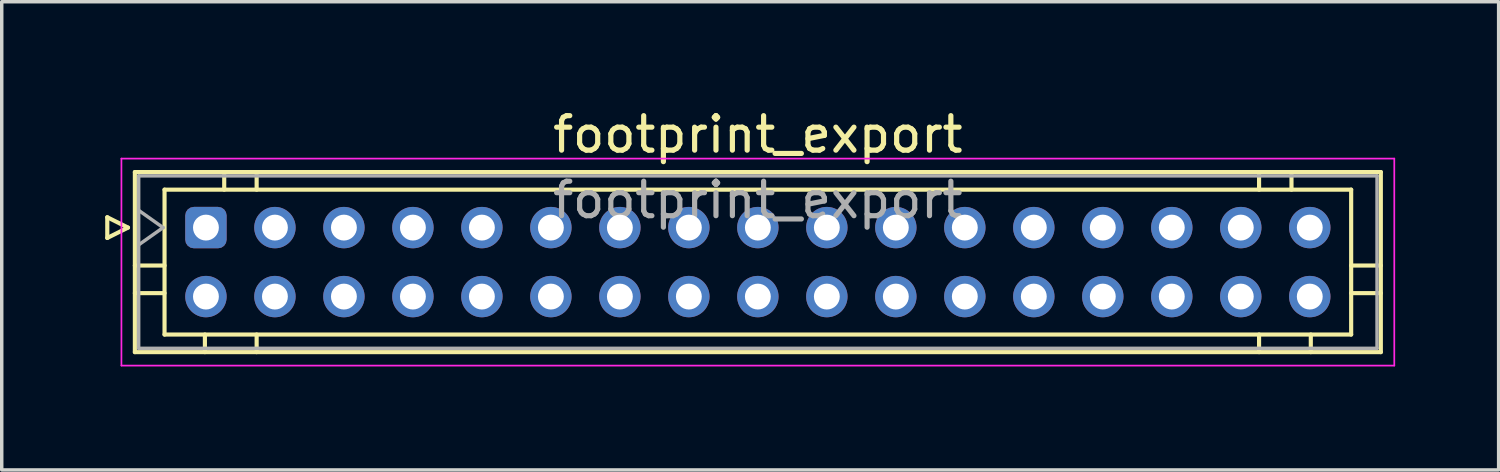
<source format=kicad_pcb>
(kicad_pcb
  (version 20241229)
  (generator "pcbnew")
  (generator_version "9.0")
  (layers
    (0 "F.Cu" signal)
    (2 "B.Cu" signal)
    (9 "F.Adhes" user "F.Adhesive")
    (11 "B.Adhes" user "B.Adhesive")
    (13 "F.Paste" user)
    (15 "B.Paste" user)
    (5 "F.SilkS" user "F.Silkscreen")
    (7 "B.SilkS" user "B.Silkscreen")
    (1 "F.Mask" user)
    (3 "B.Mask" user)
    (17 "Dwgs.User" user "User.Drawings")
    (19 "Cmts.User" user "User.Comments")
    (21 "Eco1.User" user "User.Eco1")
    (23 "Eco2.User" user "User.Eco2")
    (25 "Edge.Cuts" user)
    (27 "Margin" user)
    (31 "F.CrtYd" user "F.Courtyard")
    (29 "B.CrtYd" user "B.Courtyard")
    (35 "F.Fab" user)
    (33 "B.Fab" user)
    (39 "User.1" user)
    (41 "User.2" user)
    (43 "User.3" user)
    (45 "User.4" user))
  (footprint "footprint_export"
    (layer "F.Cu")
    (at 2.92 3.548)
    (property "Reference" "footprint_export" (at 16 -2.7 0) (layer "F.SilkS") (effects (font (size 1 1) (thickness 0.15))))
    (attr through_hole)
    (fp_line (start -2.86 -0.3) (end -2.26 0) (stroke (width 0.12) (type solid)) (layer "F.SilkS"))
    (fp_line (start -2.86 0.3) (end -2.86 -0.3) (stroke (width 0.12) (type solid)) (layer "F.SilkS"))
    (fp_line (start -2.26 0) (end -2.86 0.3) (stroke (width 0.12) (type solid)) (layer "F.SilkS"))
    (fp_line (start -2.06 -1.61) (end -2.06 3.61) (stroke (width 0.12) (type solid)) (layer "F.SilkS"))
    (fp_line (start -2.06 1.1) (end -1.2 1.1) (stroke (width 0.12) (type solid)) (layer "F.SilkS"))
    (fp_line (start -2.06 1.9) (end -1.2 1.9) (stroke (width 0.12) (type solid)) (layer "F.SilkS"))
    (fp_line (start -2.06 3.61) (end 34.06 3.61) (stroke (width 0.12) (type solid)) (layer "F.SilkS"))
    (fp_line (start -1.2 -1.1) (end -1.2 3.1) (stroke (width 0.12) (type solid)) (layer "F.SilkS"))
    (fp_line (start -1.2 3.1) (end 33.2 3.1) (stroke (width 0.12) (type solid)) (layer "F.SilkS"))
    (fp_line (start -0.03 3.61) (end -0.03 3.1) (stroke (width 0.12) (type solid)) (layer "F.SilkS"))
    (fp_line (start 0.53 -1.61) (end 0.53 -1.1) (stroke (width 0.12) (type solid)) (layer "F.SilkS"))
    (fp_line (start 1.47 -1.61) (end 1.47 -1.1) (stroke (width 0.12) (type solid)) (layer "F.SilkS"))
    (fp_line (start 1.47 3.61) (end 1.47 3.1) (stroke (width 0.12) (type solid)) (layer "F.SilkS"))
    (fp_line (start 30.53 -1.61) (end 30.53 -1.1) (stroke (width 0.12) (type solid)) (layer "F.SilkS"))
    (fp_line (start 30.53 3.61) (end 30.53 3.1) (stroke (width 0.12) (type solid)) (layer "F.SilkS"))
    (fp_line (start 31.47 -1.61) (end 31.47 -1.1) (stroke (width 0.12) (type solid)) (layer "F.SilkS"))
    (fp_line (start 32.03 3.61) (end 32.03 3.1) (stroke (width 0.12) (type solid)) (layer "F.SilkS"))
    (fp_line (start 33.2 -1.1) (end -1.2 -1.1) (stroke (width 0.12) (type solid)) (layer "F.SilkS"))
    (fp_line (start 33.2 3.1) (end 33.2 -1.1) (stroke (width 0.12) (type solid)) (layer "F.SilkS"))
    (fp_line (start 34.06 -1.61) (end -2.06 -1.61) (stroke (width 0.12) (type solid)) (layer "F.SilkS"))
    (fp_line (start 34.06 1.1) (end 33.2 1.1) (stroke (width 0.12) (type solid)) (layer "F.SilkS"))
    (fp_line (start 34.06 1.9) (end 33.2 1.9) (stroke (width 0.12) (type solid)) (layer "F.SilkS"))
    (fp_line (start 34.06 3.61) (end 34.06 -1.61) (stroke (width 0.12) (type solid)) (layer "F.SilkS"))
    (fp_line (start -2.45 -2) (end -2.45 4) (stroke (width 0.05) (type solid)) (layer "F.CrtYd"))
    (fp_line (start -2.45 4) (end 34.45 4) (stroke (width 0.05) (type solid)) (layer "F.CrtYd"))
    (fp_line (start 34.45 -2) (end -2.45 -2) (stroke (width 0.05) (type solid)) (layer "F.CrtYd"))
    (fp_line (start 34.45 4) (end 34.45 -2) (stroke (width 0.05) (type solid)) (layer "F.CrtYd"))
    (fp_line (start -1.95 -1.5) (end -1.95 3.5) (stroke (width 0.1) (type solid)) (layer "F.Fab"))
    (fp_line (start -1.95 0.5) (end -1.243 0) (stroke (width 0.1) (type solid)) (layer "F.Fab"))
    (fp_line (start -1.95 3.5) (end 33.95 3.5) (stroke (width 0.1) (type solid)) (layer "F.Fab"))
    (fp_line (start -1.243 0) (end -1.95 -0.5) (stroke (width 0.1) (type solid)) (layer "F.Fab"))
    (fp_line (start 33.95 -1.5) (end -1.95 -1.5) (stroke (width 0.1) (type solid)) (layer "F.Fab"))
    (fp_line (start 33.95 3.5) (end 33.95 -1.5) (stroke (width 0.1) (type solid)) (layer "F.Fab"))
    (fp_text user "${REFERENCE}" (at 16 -0.8 0) (layer "F.Fab") (effects (font (size 1 1) (thickness 0.15))))
    (pad "1" thru_hole roundrect (at 0 0) (size 1.2 1.2) (drill 0.75) (layers "*.Cu" "*.Mask") (roundrect_rratio 0.208))
    (pad "2" thru_hole circle (at 0 2) (size 1.2 1.2) (drill 0.75) (layers "*.Cu" "*.Mask"))
    (pad "3" thru_hole circle (at 2 0) (size 1.2 1.2) (drill 0.75) (layers "*.Cu" "*.Mask"))
    (pad "4" thru_hole circle (at 2 2) (size 1.2 1.2) (drill 0.75) (layers "*.Cu" "*.Mask"))
    (pad "5" thru_hole circle (at 4 0) (size 1.2 1.2) (drill 0.75) (layers "*.Cu" "*.Mask"))
    (pad "6" thru_hole circle (at 4 2) (size 1.2 1.2) (drill 0.75) (layers "*.Cu" "*.Mask"))
    (pad "7" thru_hole circle (at 6 0) (size 1.2 1.2) (drill 0.75) (layers "*.Cu" "*.Mask"))
    (pad "8" thru_hole circle (at 6 2) (size 1.2 1.2) (drill 0.75) (layers "*.Cu" "*.Mask"))
    (pad "9" thru_hole circle (at 8 0) (size 1.2 1.2) (drill 0.75) (layers "*.Cu" "*.Mask"))
    (pad "10" thru_hole circle (at 8 2) (size 1.2 1.2) (drill 0.75) (layers "*.Cu" "*.Mask"))
    (pad "11" thru_hole circle (at 10 0) (size 1.2 1.2) (drill 0.75) (layers "*.Cu" "*.Mask"))
    (pad "12" thru_hole circle (at 10 2) (size 1.2 1.2) (drill 0.75) (layers "*.Cu" "*.Mask"))
    (pad "13" thru_hole circle (at 12 0) (size 1.2 1.2) (drill 0.75) (layers "*.Cu" "*.Mask"))
    (pad "14" thru_hole circle (at 12 2) (size 1.2 1.2) (drill 0.75) (layers "*.Cu" "*.Mask"))
    (pad "15" thru_hole circle (at 14 0) (size 1.2 1.2) (drill 0.75) (layers "*.Cu" "*.Mask"))
    (pad "16" thru_hole circle (at 14 2) (size 1.2 1.2) (drill 0.75) (layers "*.Cu" "*.Mask"))
    (pad "17" thru_hole circle (at 16 0) (size 1.2 1.2) (drill 0.75) (layers "*.Cu" "*.Mask"))
    (pad "18" thru_hole circle (at 16 2) (size 1.2 1.2) (drill 0.75) (layers "*.Cu" "*.Mask"))
    (pad "19" thru_hole circle (at 18 0) (size 1.2 1.2) (drill 0.75) (layers "*.Cu" "*.Mask"))
    (pad "20" thru_hole circle (at 18 2) (size 1.2 1.2) (drill 0.75) (layers "*.Cu" "*.Mask"))
    (pad "21" thru_hole circle (at 20 0) (size 1.2 1.2) (drill 0.75) (layers "*.Cu" "*.Mask"))
    (pad "22" thru_hole circle (at 20 2) (size 1.2 1.2) (drill 0.75) (layers "*.Cu" "*.Mask"))
    (pad "23" thru_hole circle (at 22 0) (size 1.2 1.2) (drill 0.75) (layers "*.Cu" "*.Mask"))
    (pad "24" thru_hole circle (at 22 2) (size 1.2 1.2) (drill 0.75) (layers "*.Cu" "*.Mask"))
    (pad "25" thru_hole circle (at 24 0) (size 1.2 1.2) (drill 0.75) (layers "*.Cu" "*.Mask"))
    (pad "26" thru_hole circle (at 24 2) (size 1.2 1.2) (drill 0.75) (layers "*.Cu" "*.Mask"))
    (pad "27" thru_hole circle (at 26 0) (size 1.2 1.2) (drill 0.75) (layers "*.Cu" "*.Mask"))
    (pad "28" thru_hole circle (at 26 2) (size 1.2 1.2) (drill 0.75) (layers "*.Cu" "*.Mask"))
    (pad "29" thru_hole circle (at 28 0) (size 1.2 1.2) (drill 0.75) (layers "*.Cu" "*.Mask"))
    (pad "30" thru_hole circle (at 28 2) (size 1.2 1.2) (drill 0.75) (layers "*.Cu" "*.Mask"))
    (pad "31" thru_hole circle (at 30 0) (size 1.2 1.2) (drill 0.75) (layers "*.Cu" "*.Mask"))
    (pad "32" thru_hole circle (at 30 2) (size 1.2 1.2) (drill 0.75) (layers "*.Cu" "*.Mask"))
    (pad "33" thru_hole circle (at 32 0) (size 1.2 1.2) (drill 0.75) (layers "*.Cu" "*.Mask"))
    (pad "34" thru_hole circle (at 32 2) (size 1.2 1.2) (drill 0.75) (layers "*.Cu" "*.Mask")))
  (gr_rect
    (start -3 -3)
    (end 40.395 10.573)
    (stroke (width 0.1) (type default))
    (fill no)
    (layer "Edge.Cuts")))
</source>
